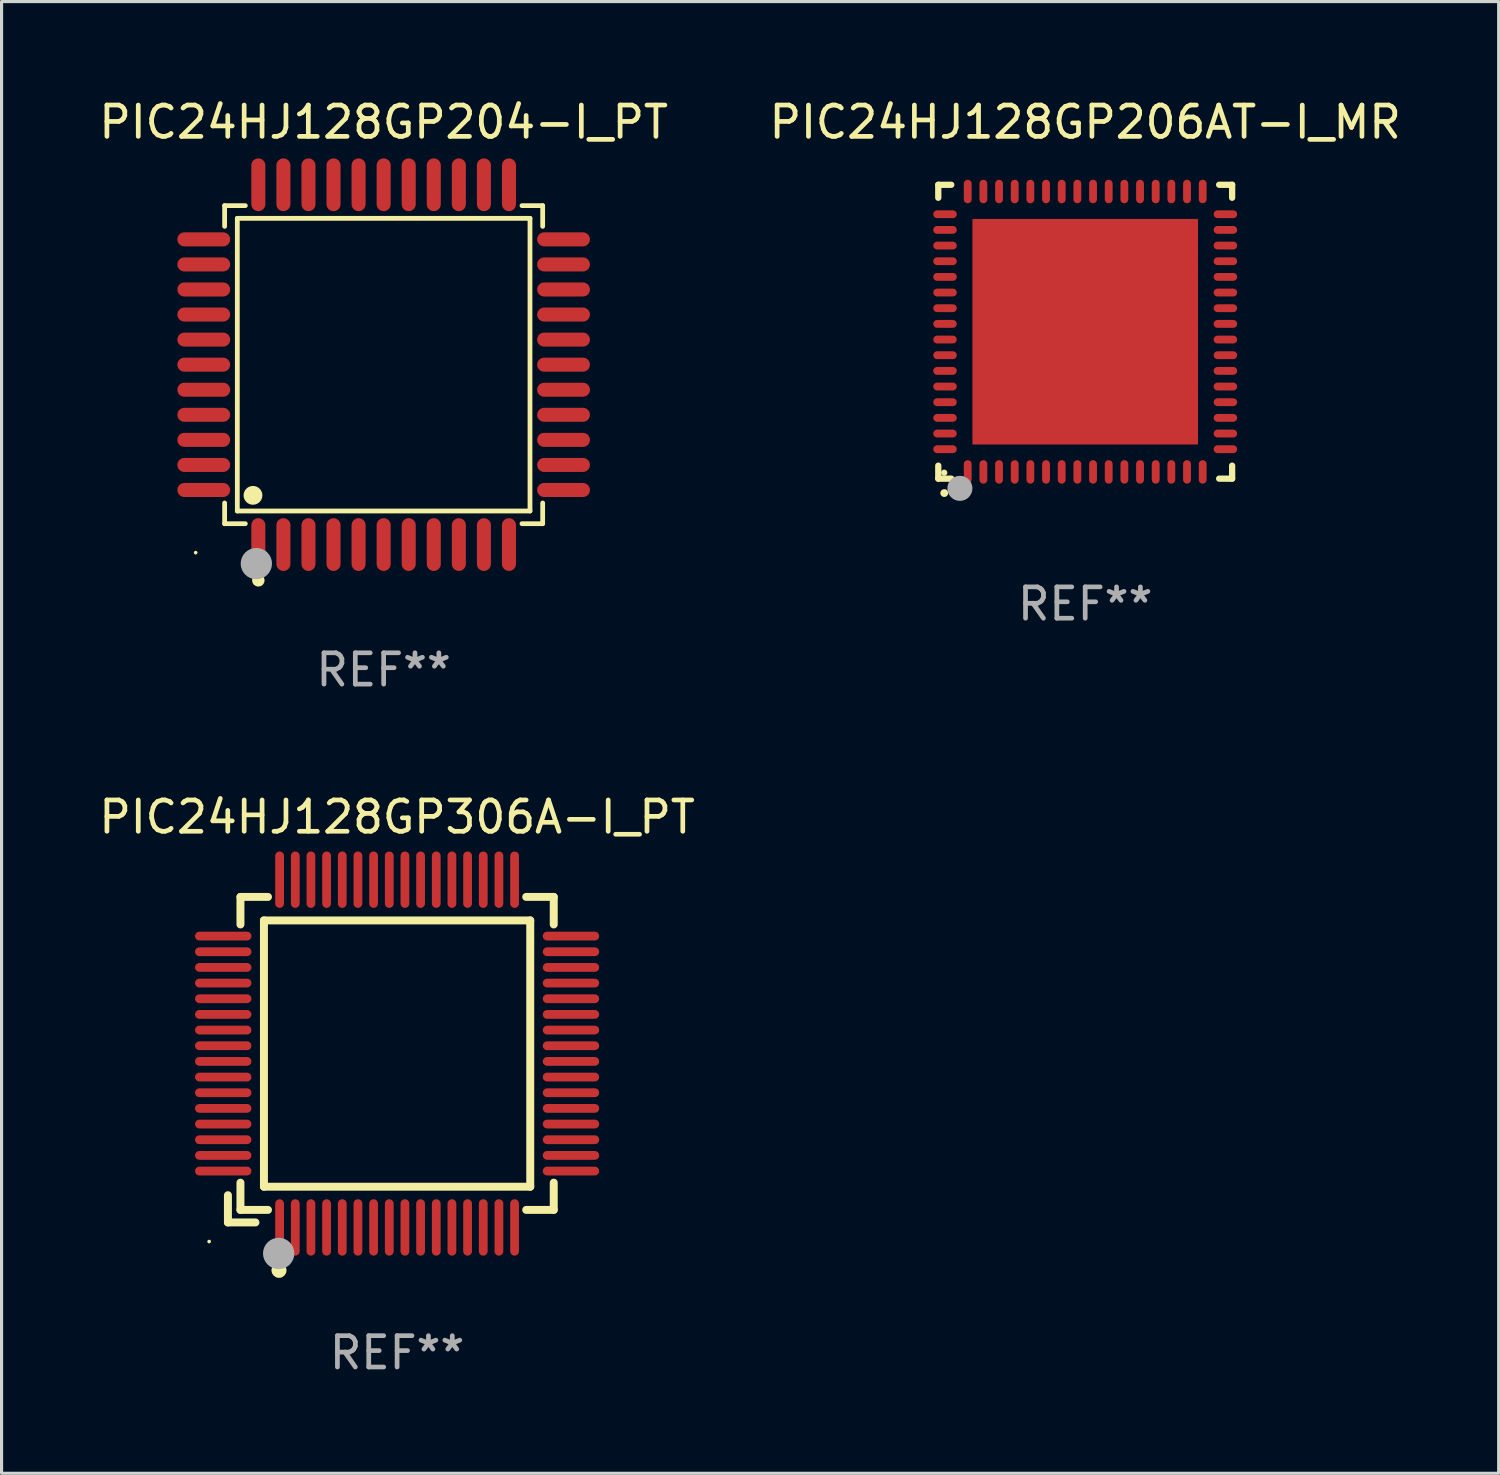
<source format=kicad_pcb>
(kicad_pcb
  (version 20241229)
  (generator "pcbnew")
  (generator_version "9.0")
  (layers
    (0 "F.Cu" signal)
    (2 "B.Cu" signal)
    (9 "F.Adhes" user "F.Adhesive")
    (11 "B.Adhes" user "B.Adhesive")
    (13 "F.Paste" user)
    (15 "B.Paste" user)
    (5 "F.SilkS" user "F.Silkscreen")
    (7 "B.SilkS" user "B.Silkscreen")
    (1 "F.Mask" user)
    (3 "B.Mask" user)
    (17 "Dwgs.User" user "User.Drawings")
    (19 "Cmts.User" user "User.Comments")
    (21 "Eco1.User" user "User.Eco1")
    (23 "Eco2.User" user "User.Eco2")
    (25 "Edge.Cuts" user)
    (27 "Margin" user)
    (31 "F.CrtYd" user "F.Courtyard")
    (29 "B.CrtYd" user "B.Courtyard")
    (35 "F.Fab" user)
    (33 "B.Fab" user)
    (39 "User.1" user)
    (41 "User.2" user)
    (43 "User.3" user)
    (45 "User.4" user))
  (footprint "PIC24HJ128GP204-I_PT"
    (layer "F.Cu")
    (at 9.196 8.59)
    (property "Reference" "PIC24HJ128GP204-I_PT" (at 0 -7.742 0) (layer "F.SilkS") (effects (font (size 1 1) (thickness 0.15))))
    (attr through_hole)
    (fp_line (start -5.076 -5.076) (end -4.415 -5.076) (stroke (width 0.152) (type solid)) (layer "F.SilkS"))
    (fp_line (start -5.076 -4.415) (end -5.076 -5.076) (stroke (width 0.152) (type solid)) (layer "F.SilkS"))
    (fp_line (start -5.076 4.415) (end -5.076 5.076) (stroke (width 0.152) (type solid)) (layer "F.SilkS"))
    (fp_line (start -5.076 5.076) (end -4.415 5.076) (stroke (width 0.152) (type solid)) (layer "F.SilkS"))
    (fp_line (start -4.671 -4.671) (end 4.671 -4.671) (stroke (width 0.152) (type solid)) (layer "F.SilkS"))
    (fp_line (start -4.671 4.671) (end -4.671 -4.671) (stroke (width 0.152) (type solid)) (layer "F.SilkS"))
    (fp_line (start 4.671 -4.671) (end 4.671 4.671) (stroke (width 0.152) (type solid)) (layer "F.SilkS"))
    (fp_line (start 4.671 4.671) (end -4.671 4.671) (stroke (width 0.152) (type solid)) (layer "F.SilkS"))
    (fp_line (start 5.076 -5.076) (end 4.415 -5.076) (stroke (width 0.152) (type solid)) (layer "F.SilkS"))
    (fp_line (start 5.076 -4.415) (end 5.076 -5.076) (stroke (width 0.152) (type solid)) (layer "F.SilkS"))
    (fp_line (start 5.076 4.415) (end 5.076 5.076) (stroke (width 0.152) (type solid)) (layer "F.SilkS"))
    (fp_line (start 5.076 5.076) (end 4.415 5.076) (stroke (width 0.152) (type solid)) (layer "F.SilkS"))
    (fp_circle (center -6 6) (end -5.97 6) (stroke (width 0.06) (type solid)) (fill no) (layer "F.SilkS"))
    (fp_circle (center -4.171 4.171) (end -4.021 4.171) (stroke (width 0.3) (type solid)) (fill no) (layer "F.SilkS"))
    (fp_circle (center -4 6.884) (end -3.9 6.884) (stroke (width 0.2) (type solid)) (fill no) (layer "F.SilkS"))
    (fp_circle (center -4.064 6.35) (end -3.814 6.35) (stroke (width 0.5) (type solid)) (fill no) (layer "F.Fab"))
    (fp_text user "REF**" (at 0 9.742 0) (layer "F.Fab") (effects (font (size 1 1) (thickness 0.15))))
    (pad "1" smd oval (at -4 5.742) (size 0.448 1.684) (layers "F.Cu" "F.Mask" "F.Paste"))
    (pad "2" smd oval (at -3.2 5.742) (size 0.448 1.684) (layers "F.Cu" "F.Mask" "F.Paste"))
    (pad "3" smd oval (at -2.4 5.742) (size 0.448 1.684) (layers "F.Cu" "F.Mask" "F.Paste"))
    (pad "4" smd oval (at -1.6 5.742) (size 0.448 1.684) (layers "F.Cu" "F.Mask" "F.Paste"))
    (pad "5" smd oval (at -0.8 5.742) (size 0.448 1.684) (layers "F.Cu" "F.Mask" "F.Paste"))
    (pad "6" smd oval (at 0 5.742) (size 0.448 1.684) (layers "F.Cu" "F.Mask" "F.Paste"))
    (pad "7" smd oval (at 0.8 5.742) (size 0.448 1.684) (layers "F.Cu" "F.Mask" "F.Paste"))
    (pad "8" smd oval (at 1.6 5.742) (size 0.448 1.684) (layers "F.Cu" "F.Mask" "F.Paste"))
    (pad "9" smd oval (at 2.4 5.742) (size 0.448 1.684) (layers "F.Cu" "F.Mask" "F.Paste"))
    (pad "10" smd oval (at 3.2 5.742) (size 0.448 1.684) (layers "F.Cu" "F.Mask" "F.Paste"))
    (pad "11" smd oval (at 4 5.742) (size 0.448 1.684) (layers "F.Cu" "F.Mask" "F.Paste"))
    (pad "12" smd oval (at 5.742 4) (size 1.684 0.448) (layers "F.Cu" "F.Mask" "F.Paste"))
    (pad "13" smd oval (at 5.742 3.2) (size 1.684 0.448) (layers "F.Cu" "F.Mask" "F.Paste"))
    (pad "14" smd oval (at 5.742 2.4) (size 1.684 0.448) (layers "F.Cu" "F.Mask" "F.Paste"))
    (pad "15" smd oval (at 5.742 1.6) (size 1.684 0.448) (layers "F.Cu" "F.Mask" "F.Paste"))
    (pad "16" smd oval (at 5.742 0.8) (size 1.684 0.448) (layers "F.Cu" "F.Mask" "F.Paste"))
    (pad "17" smd oval (at 5.742 0) (size 1.684 0.448) (layers "F.Cu" "F.Mask" "F.Paste"))
    (pad "18" smd oval (at 5.742 -0.8) (size 1.684 0.448) (layers "F.Cu" "F.Mask" "F.Paste"))
    (pad "19" smd oval (at 5.742 -1.6) (size 1.684 0.448) (layers "F.Cu" "F.Mask" "F.Paste"))
    (pad "20" smd oval (at 5.742 -2.4) (size 1.684 0.448) (layers "F.Cu" "F.Mask" "F.Paste"))
    (pad "21" smd oval (at 5.742 -3.2) (size 1.684 0.448) (layers "F.Cu" "F.Mask" "F.Paste"))
    (pad "22" smd oval (at 5.742 -4) (size 1.684 0.448) (layers "F.Cu" "F.Mask" "F.Paste"))
    (pad "23" smd oval (at 4 -5.742) (size 0.448 1.684) (layers "F.Cu" "F.Mask" "F.Paste"))
    (pad "24" smd oval (at 3.2 -5.742) (size 0.448 1.684) (layers "F.Cu" "F.Mask" "F.Paste"))
    (pad "25" smd oval (at 2.4 -5.742) (size 0.448 1.684) (layers "F.Cu" "F.Mask" "F.Paste"))
    (pad "26" smd oval (at 1.6 -5.742) (size 0.448 1.684) (layers "F.Cu" "F.Mask" "F.Paste"))
    (pad "27" smd oval (at 0.8 -5.742) (size 0.448 1.684) (layers "F.Cu" "F.Mask" "F.Paste"))
    (pad "28" smd oval (at 0 -5.742) (size 0.448 1.684) (layers "F.Cu" "F.Mask" "F.Paste"))
    (pad "29" smd oval (at -0.8 -5.742) (size 0.448 1.684) (layers "F.Cu" "F.Mask" "F.Paste"))
    (pad "30" smd oval (at -1.6 -5.742) (size 0.448 1.684) (layers "F.Cu" "F.Mask" "F.Paste"))
    (pad "31" smd oval (at -2.4 -5.742) (size 0.448 1.684) (layers "F.Cu" "F.Mask" "F.Paste"))
    (pad "32" smd oval (at -3.2 -5.742) (size 0.448 1.684) (layers "F.Cu" "F.Mask" "F.Paste"))
    (pad "33" smd oval (at -4 -5.742) (size 0.448 1.684) (layers "F.Cu" "F.Mask" "F.Paste"))
    (pad "34" smd oval (at -5.742 -4) (size 1.684 0.448) (layers "F.Cu" "F.Mask" "F.Paste"))
    (pad "35" smd oval (at -5.742 -3.2) (size 1.684 0.448) (layers "F.Cu" "F.Mask" "F.Paste"))
    (pad "36" smd oval (at -5.742 -2.4) (size 1.684 0.448) (layers "F.Cu" "F.Mask" "F.Paste"))
    (pad "37" smd oval (at -5.742 -1.6) (size 1.684 0.448) (layers "F.Cu" "F.Mask" "F.Paste"))
    (pad "38" smd oval (at -5.742 -0.8) (size 1.684 0.448) (layers "F.Cu" "F.Mask" "F.Paste"))
    (pad "39" smd oval (at -5.742 0) (size 1.684 0.448) (layers "F.Cu" "F.Mask" "F.Paste"))
    (pad "40" smd oval (at -5.742 0.8) (size 1.684 0.448) (layers "F.Cu" "F.Mask" "F.Paste"))
    (pad "41" smd oval (at -5.742 1.6) (size 1.684 0.448) (layers "F.Cu" "F.Mask" "F.Paste"))
    (pad "42" smd oval (at -5.742 2.4) (size 1.684 0.448) (layers "F.Cu" "F.Mask" "F.Paste"))
    (pad "43" smd oval (at -5.742 3.2) (size 1.684 0.448) (layers "F.Cu" "F.Mask" "F.Paste"))
    (pad "44" smd oval (at -5.742 4) (size 1.684 0.448) (layers "F.Cu" "F.Mask" "F.Paste")))
  (footprint "PIC24HJ128GP206AT-I_MR"
    (layer "F.Cu")
    (at 31.589 7.538)
    (property "Reference" "PIC24HJ128GP206AT-I_MR" (at 0 -6.69 0) (layer "F.SilkS") (effects (font (size 1 1) (thickness 0.15))))
    (attr through_hole)
    (fp_line (start -4.69 -4.69) (end -4.275 -4.69) (stroke (width 0.2) (type solid)) (layer "F.SilkS"))
    (fp_line (start -4.69 -4.275) (end -4.69 -4.69) (stroke (width 0.2) (type solid)) (layer "F.SilkS"))
    (fp_line (start -4.69 4.69) (end -4.69 4.275) (stroke (width 0.2) (type solid)) (layer "F.SilkS"))
    (fp_line (start -4.275 4.69) (end -4.69 4.69) (stroke (width 0.2) (type solid)) (layer "F.SilkS"))
    (fp_line (start 4.275 4.69) (end 4.69 4.69) (stroke (width 0.2) (type solid)) (layer "F.SilkS"))
    (fp_line (start 4.69 -4.69) (end 4.275 -4.69) (stroke (width 0.2) (type solid)) (layer "F.SilkS"))
    (fp_line (start 4.69 -4.275) (end 4.69 -4.69) (stroke (width 0.2) (type solid)) (layer "F.SilkS"))
    (fp_line (start 4.69 4.69) (end 4.69 4.275) (stroke (width 0.2) (type solid)) (layer "F.SilkS"))
    (fp_arc (start -4.499886 5.15) (mid -4.498616 5.149994) (end -4.497346 5.15) (stroke (width 0.24892) (type solid)) (layer "F.SilkS"))
    (fp_circle (center -4.5 4.5) (end -4.45 4.5) (stroke (width 0.1) (type solid)) (fill no) (layer "F.SilkS"))
    (fp_circle (center -4 5) (end -3.8 5) (stroke (width 0.4) (type solid)) (fill no) (layer "F.Fab"))
    (fp_text user "REF**" (at 0 8.69 0) (layer "F.Fab") (effects (font (size 1 1) (thickness 0.15))))
    (pad "1" smd oval (at -3.75 4.475) (size 0.25 0.75) (layers "F.Cu" "F.Mask" "F.Paste"))
    (pad "2" smd oval (at -3.25 4.475) (size 0.25 0.75) (layers "F.Cu" "F.Mask" "F.Paste"))
    (pad "3" smd oval (at -2.75 4.475) (size 0.25 0.75) (layers "F.Cu" "F.Mask" "F.Paste"))
    (pad "4" smd oval (at -2.25 4.475) (size 0.25 0.75) (layers "F.Cu" "F.Mask" "F.Paste"))
    (pad "5" smd oval (at -1.75 4.475) (size 0.25 0.75) (layers "F.Cu" "F.Mask" "F.Paste"))
    (pad "6" smd oval (at -1.25 4.475) (size 0.25 0.75) (layers "F.Cu" "F.Mask" "F.Paste"))
    (pad "7" smd oval (at -0.75 4.475) (size 0.25 0.75) (layers "F.Cu" "F.Mask" "F.Paste"))
    (pad "8" smd oval (at -0.25 4.475) (size 0.25 0.75) (layers "F.Cu" "F.Mask" "F.Paste"))
    (pad "9" smd oval (at 0.25 4.475) (size 0.25 0.75) (layers "F.Cu" "F.Mask" "F.Paste"))
    (pad "10" smd oval (at 0.75 4.475) (size 0.25 0.75) (layers "F.Cu" "F.Mask" "F.Paste"))
    (pad "11" smd oval (at 1.25 4.475) (size 0.25 0.75) (layers "F.Cu" "F.Mask" "F.Paste"))
    (pad "12" smd oval (at 1.75 4.475) (size 0.25 0.75) (layers "F.Cu" "F.Mask" "F.Paste"))
    (pad "13" smd oval (at 2.25 4.475) (size 0.25 0.75) (layers "F.Cu" "F.Mask" "F.Paste"))
    (pad "14" smd oval (at 2.75 4.475) (size 0.25 0.75) (layers "F.Cu" "F.Mask" "F.Paste"))
    (pad "15" smd oval (at 3.25 4.475) (size 0.25 0.75) (layers "F.Cu" "F.Mask" "F.Paste"))
    (pad "16" smd oval (at 3.75 4.475) (size 0.25 0.75) (layers "F.Cu" "F.Mask" "F.Paste"))
    (pad "17" smd oval (at 4.475 3.75) (size 0.75 0.25) (layers "F.Cu" "F.Mask" "F.Paste"))
    (pad "18" smd oval (at 4.475 3.25) (size 0.75 0.25) (layers "F.Cu" "F.Mask" "F.Paste"))
    (pad "19" smd oval (at 4.475 2.75) (size 0.75 0.25) (layers "F.Cu" "F.Mask" "F.Paste"))
    (pad "20" smd oval (at 4.475 2.25) (size 0.75 0.25) (layers "F.Cu" "F.Mask" "F.Paste"))
    (pad "21" smd oval (at 4.475 1.75) (size 0.75 0.25) (layers "F.Cu" "F.Mask" "F.Paste"))
    (pad "22" smd oval (at 4.475 1.25) (size 0.75 0.25) (layers "F.Cu" "F.Mask" "F.Paste"))
    (pad "23" smd oval (at 4.475 0.75) (size 0.75 0.25) (layers "F.Cu" "F.Mask" "F.Paste"))
    (pad "24" smd oval (at 4.475 0.25) (size 0.75 0.25) (layers "F.Cu" "F.Mask" "F.Paste"))
    (pad "25" smd oval (at 4.475 -0.25) (size 0.75 0.25) (layers "F.Cu" "F.Mask" "F.Paste"))
    (pad "26" smd oval (at 4.475 -0.75) (size 0.75 0.25) (layers "F.Cu" "F.Mask" "F.Paste"))
    (pad "27" smd oval (at 4.475 -1.25) (size 0.75 0.25) (layers "F.Cu" "F.Mask" "F.Paste"))
    (pad "28" smd oval (at 4.475 -1.75) (size 0.75 0.25) (layers "F.Cu" "F.Mask" "F.Paste"))
    (pad "29" smd oval (at 4.475 -2.25) (size 0.75 0.25) (layers "F.Cu" "F.Mask" "F.Paste"))
    (pad "30" smd oval (at 4.475 -2.75) (size 0.75 0.25) (layers "F.Cu" "F.Mask" "F.Paste"))
    (pad "31" smd oval (at 4.475 -3.25) (size 0.75 0.25) (layers "F.Cu" "F.Mask" "F.Paste"))
    (pad "32" smd oval (at 4.475 -3.75) (size 0.75 0.25) (layers "F.Cu" "F.Mask" "F.Paste"))
    (pad "33" smd oval (at 3.75 -4.475) (size 0.25 0.75) (layers "F.Cu" "F.Mask" "F.Paste"))
    (pad "34" smd oval (at 3.25 -4.475) (size 0.25 0.75) (layers "F.Cu" "F.Mask" "F.Paste"))
    (pad "35" smd oval (at 2.75 -4.475) (size 0.25 0.75) (layers "F.Cu" "F.Mask" "F.Paste"))
    (pad "36" smd oval (at 2.25 -4.475) (size 0.25 0.75) (layers "F.Cu" "F.Mask" "F.Paste"))
    (pad "37" smd oval (at 1.75 -4.475) (size 0.25 0.75) (layers "F.Cu" "F.Mask" "F.Paste"))
    (pad "38" smd oval (at 1.25 -4.475) (size 0.25 0.75) (layers "F.Cu" "F.Mask" "F.Paste"))
    (pad "39" smd oval (at 0.75 -4.475) (size 0.25 0.75) (layers "F.Cu" "F.Mask" "F.Paste"))
    (pad "40" smd oval (at 0.25 -4.475) (size 0.25 0.75) (layers "F.Cu" "F.Mask" "F.Paste"))
    (pad "41" smd oval (at -0.25 -4.475) (size 0.25 0.75) (layers "F.Cu" "F.Mask" "F.Paste"))
    (pad "42" smd oval (at -0.75 -4.475) (size 0.25 0.75) (layers "F.Cu" "F.Mask" "F.Paste"))
    (pad "43" smd oval (at -1.25 -4.475) (size 0.25 0.75) (layers "F.Cu" "F.Mask" "F.Paste"))
    (pad "44" smd oval (at -1.75 -4.475) (size 0.25 0.75) (layers "F.Cu" "F.Mask" "F.Paste"))
    (pad "45" smd oval (at -2.25 -4.475) (size 0.25 0.75) (layers "F.Cu" "F.Mask" "F.Paste"))
    (pad "46" smd oval (at -2.75 -4.475) (size 0.25 0.75) (layers "F.Cu" "F.Mask" "F.Paste"))
    (pad "47" smd oval (at -3.25 -4.475) (size 0.25 0.75) (layers "F.Cu" "F.Mask" "F.Paste"))
    (pad "48" smd oval (at -3.75 -4.475) (size 0.25 0.75) (layers "F.Cu" "F.Mask" "F.Paste"))
    (pad "49" smd oval (at -4.475 -3.75) (size 0.75 0.25) (layers "F.Cu" "F.Mask" "F.Paste"))
    (pad "50" smd oval (at -4.475 -3.25) (size 0.75 0.25) (layers "F.Cu" "F.Mask" "F.Paste"))
    (pad "51" smd oval (at -4.475 -2.75) (size 0.75 0.25) (layers "F.Cu" "F.Mask" "F.Paste"))
    (pad "52" smd oval (at -4.475 -2.25) (size 0.75 0.25) (layers "F.Cu" "F.Mask" "F.Paste"))
    (pad "53" smd oval (at -4.475 -1.75) (size 0.75 0.25) (layers "F.Cu" "F.Mask" "F.Paste"))
    (pad "54" smd oval (at -4.475 -1.25) (size 0.75 0.25) (layers "F.Cu" "F.Mask" "F.Paste"))
    (pad "55" smd oval (at -4.475 -0.75) (size 0.75 0.25) (layers "F.Cu" "F.Mask" "F.Paste"))
    (pad "56" smd oval (at -4.475 -0.25) (size 0.75 0.25) (layers "F.Cu" "F.Mask" "F.Paste"))
    (pad "57" smd oval (at -4.475 0.25) (size 0.75 0.25) (layers "F.Cu" "F.Mask" "F.Paste"))
    (pad "58" smd oval (at -4.475 0.75) (size 0.75 0.25) (layers "F.Cu" "F.Mask" "F.Paste"))
    (pad "59" smd oval (at -4.475 1.25) (size 0.75 0.25) (layers "F.Cu" "F.Mask" "F.Paste"))
    (pad "60" smd oval (at -4.475 1.75) (size 0.75 0.25) (layers "F.Cu" "F.Mask" "F.Paste"))
    (pad "61" smd oval (at -4.475 2.25) (size 0.75 0.25) (layers "F.Cu" "F.Mask" "F.Paste"))
    (pad "62" smd oval (at -4.475 2.75) (size 0.75 0.25) (layers "F.Cu" "F.Mask" "F.Paste"))
    (pad "63" smd oval (at -4.475 3.25) (size 0.75 0.25) (layers "F.Cu" "F.Mask" "F.Paste"))
    (pad "64" smd oval (at -4.475 3.75) (size 0.75 0.25) (layers "F.Cu" "F.Mask" "F.Paste"))
    (pad "65" smd rect (at 0.000368 0.000013) (size 7.2 7.2) (layers "F.Cu" "F.Mask" "F.Paste")))
  (footprint "PIC24HJ128GP306A-I_PT"
    (layer "F.Cu")
    (at 9.625 30.579)
    (property "Reference" "PIC24HJ128GP306A-I_PT" (at 0 -7.55 0) (layer "F.SilkS") (effects (font (size 1 1) (thickness 0.15))))
    (attr through_hole)
    (fp_line (start -5.4 4.521) (end -5.4 5.39) (stroke (width 0.254) (type solid)) (layer "F.SilkS"))
    (fp_line (start -5.4 5.39) (end -4.521 5.39) (stroke (width 0.254) (type solid)) (layer "F.SilkS"))
    (fp_line (start -5 -5) (end -5 -4.121) (stroke (width 0.254) (type solid)) (layer "F.SilkS"))
    (fp_line (start -5 4.121) (end -5 4.99) (stroke (width 0.254) (type solid)) (layer "F.SilkS"))
    (fp_line (start -5 4.99) (end -4.121 4.99) (stroke (width 0.254) (type solid)) (layer "F.SilkS"))
    (fp_line (start -4.25 -4.25) (end -4.25 4.25) (stroke (width 0.254) (type solid)) (layer "F.SilkS"))
    (fp_line (start -4.25 4.25) (end 4.25 4.25) (stroke (width 0.254) (type solid)) (layer "F.SilkS"))
    (fp_line (start -4.121 -5) (end -5 -5) (stroke (width 0.254) (type solid)) (layer "F.SilkS"))
    (fp_line (start 4.121 4.99) (end 5 4.99) (stroke (width 0.254) (type solid)) (layer "F.SilkS"))
    (fp_line (start 4.25 -4.25) (end -4.25 -4.25) (stroke (width 0.254) (type solid)) (layer "F.SilkS"))
    (fp_line (start 4.25 4.25) (end 4.25 -4.25) (stroke (width 0.254) (type solid)) (layer "F.SilkS"))
    (fp_line (start 5 -5) (end 4.121 -5) (stroke (width 0.254) (type solid)) (layer "F.SilkS"))
    (fp_line (start 5 -4.121) (end 5 -5) (stroke (width 0.254) (type solid)) (layer "F.SilkS"))
    (fp_line (start 5 4.99) (end 5 4.121) (stroke (width 0.254) (type solid)) (layer "F.SilkS"))
    (fp_circle (center -6 6) (end -5.97 6) (stroke (width 0.06) (type solid)) (fill no) (layer "F.SilkS"))
    (fp_circle (center -3.77 6.92) (end -3.65 6.92) (stroke (width 0.24) (type solid)) (fill no) (layer "F.SilkS"))
    (fp_circle (center -3.78 6.38) (end -3.53 6.38) (stroke (width 0.5) (type solid)) (fill no) (layer "F.Fab"))
    (fp_text user "REF**" (at 0 9.55 0) (layer "F.Fab") (effects (font (size 1 1) (thickness 0.15))))
    (pad "1" smd oval (at -3.75 5.55) (size 0.28 1.8) (layers "F.Cu" "F.Mask" "F.Paste"))
    (pad "2" smd oval (at -3.25 5.55) (size 0.28 1.8) (layers "F.Cu" "F.Mask" "F.Paste"))
    (pad "3" smd oval (at -2.75 5.55) (size 0.28 1.8) (layers "F.Cu" "F.Mask" "F.Paste"))
    (pad "4" smd oval (at -2.25 5.55) (size 0.28 1.8) (layers "F.Cu" "F.Mask" "F.Paste"))
    (pad "5" smd oval (at -1.75 5.55) (size 0.28 1.8) (layers "F.Cu" "F.Mask" "F.Paste"))
    (pad "6" smd oval (at -1.25 5.55) (size 0.28 1.8) (layers "F.Cu" "F.Mask" "F.Paste"))
    (pad "7" smd oval (at -0.75 5.55) (size 0.28 1.8) (layers "F.Cu" "F.Mask" "F.Paste"))
    (pad "8" smd oval (at -0.25 5.55) (size 0.28 1.8) (layers "F.Cu" "F.Mask" "F.Paste"))
    (pad "9" smd oval (at 0.25 5.55) (size 0.28 1.8) (layers "F.Cu" "F.Mask" "F.Paste"))
    (pad "10" smd oval (at 0.75 5.55) (size 0.28 1.8) (layers "F.Cu" "F.Mask" "F.Paste"))
    (pad "11" smd oval (at 1.25 5.55) (size 0.28 1.8) (layers "F.Cu" "F.Mask" "F.Paste"))
    (pad "12" smd oval (at 1.75 5.55) (size 0.28 1.8) (layers "F.Cu" "F.Mask" "F.Paste"))
    (pad "13" smd oval (at 2.25 5.55) (size 0.28 1.8) (layers "F.Cu" "F.Mask" "F.Paste"))
    (pad "14" smd oval (at 2.75 5.55) (size 0.28 1.8) (layers "F.Cu" "F.Mask" "F.Paste"))
    (pad "15" smd oval (at 3.25 5.55) (size 0.28 1.8) (layers "F.Cu" "F.Mask" "F.Paste"))
    (pad "16" smd oval (at 3.75 5.55) (size 0.28 1.8) (layers "F.Cu" "F.Mask" "F.Paste"))
    (pad "17" smd oval (at 5.55 3.75) (size 1.8 0.28) (layers "F.Cu" "F.Mask" "F.Paste"))
    (pad "18" smd oval (at 5.55 3.25) (size 1.8 0.28) (layers "F.Cu" "F.Mask" "F.Paste"))
    (pad "19" smd oval (at 5.55 2.75) (size 1.8 0.28) (layers "F.Cu" "F.Mask" "F.Paste"))
    (pad "20" smd oval (at 5.55 2.25) (size 1.8 0.28) (layers "F.Cu" "F.Mask" "F.Paste"))
    (pad "21" smd oval (at 5.55 1.75) (size 1.8 0.28) (layers "F.Cu" "F.Mask" "F.Paste"))
    (pad "22" smd oval (at 5.55 1.25) (size 1.8 0.28) (layers "F.Cu" "F.Mask" "F.Paste"))
    (pad "23" smd oval (at 5.55 0.75) (size 1.8 0.28) (layers "F.Cu" "F.Mask" "F.Paste"))
    (pad "24" smd oval (at 5.55 0.25) (size 1.8 0.28) (layers "F.Cu" "F.Mask" "F.Paste"))
    (pad "25" smd oval (at 5.55 -0.25) (size 1.8 0.28) (layers "F.Cu" "F.Mask" "F.Paste"))
    (pad "26" smd oval (at 5.55 -0.75) (size 1.8 0.28) (layers "F.Cu" "F.Mask" "F.Paste"))
    (pad "27" smd oval (at 5.55 -1.25) (size 1.8 0.28) (layers "F.Cu" "F.Mask" "F.Paste"))
    (pad "28" smd oval (at 5.55 -1.75) (size 1.8 0.28) (layers "F.Cu" "F.Mask" "F.Paste"))
    (pad "29" smd oval (at 5.55 -2.25) (size 1.8 0.28) (layers "F.Cu" "F.Mask" "F.Paste"))
    (pad "30" smd oval (at 5.55 -2.75) (size 1.8 0.28) (layers "F.Cu" "F.Mask" "F.Paste"))
    (pad "31" smd oval (at 5.55 -3.25) (size 1.8 0.28) (layers "F.Cu" "F.Mask" "F.Paste"))
    (pad "32" smd oval (at 5.55 -3.75) (size 1.8 0.28) (layers "F.Cu" "F.Mask" "F.Paste"))
    (pad "33" smd oval (at 3.75 -5.55) (size 0.28 1.8) (layers "F.Cu" "F.Mask" "F.Paste"))
    (pad "34" smd oval (at 3.25 -5.55) (size 0.28 1.8) (layers "F.Cu" "F.Mask" "F.Paste"))
    (pad "35" smd oval (at 2.75 -5.55) (size 0.28 1.8) (layers "F.Cu" "F.Mask" "F.Paste"))
    (pad "36" smd oval (at 2.25 -5.55) (size 0.28 1.8) (layers "F.Cu" "F.Mask" "F.Paste"))
    (pad "37" smd oval (at 1.75 -5.55) (size 0.28 1.8) (layers "F.Cu" "F.Mask" "F.Paste"))
    (pad "38" smd oval (at 1.25 -5.55) (size 0.28 1.8) (layers "F.Cu" "F.Mask" "F.Paste"))
    (pad "39" smd oval (at 0.75 -5.55) (size 0.28 1.8) (layers "F.Cu" "F.Mask" "F.Paste"))
    (pad "40" smd oval (at 0.25 -5.55) (size 0.28 1.8) (layers "F.Cu" "F.Mask" "F.Paste"))
    (pad "41" smd oval (at -0.25 -5.55) (size 0.28 1.8) (layers "F.Cu" "F.Mask" "F.Paste"))
    (pad "42" smd oval (at -0.75 -5.55) (size 0.28 1.8) (layers "F.Cu" "F.Mask" "F.Paste"))
    (pad "43" smd oval (at -1.25 -5.55) (size 0.28 1.8) (layers "F.Cu" "F.Mask" "F.Paste"))
    (pad "44" smd oval (at -1.75 -5.55) (size 0.28 1.8) (layers "F.Cu" "F.Mask" "F.Paste"))
    (pad "45" smd oval (at -2.25 -5.55) (size 0.28 1.8) (layers "F.Cu" "F.Mask" "F.Paste"))
    (pad "46" smd oval (at -2.75 -5.55) (size 0.28 1.8) (layers "F.Cu" "F.Mask" "F.Paste"))
    (pad "47" smd oval (at -3.25 -5.55) (size 0.28 1.8) (layers "F.Cu" "F.Mask" "F.Paste"))
    (pad "48" smd oval (at -3.75 -5.55) (size 0.28 1.8) (layers "F.Cu" "F.Mask" "F.Paste"))
    (pad "49" smd oval (at -5.55 -3.75) (size 1.8 0.28) (layers "F.Cu" "F.Mask" "F.Paste"))
    (pad "50" smd oval (at -5.55 -3.25) (size 1.8 0.28) (layers "F.Cu" "F.Mask" "F.Paste"))
    (pad "51" smd oval (at -5.55 -2.75) (size 1.8 0.28) (layers "F.Cu" "F.Mask" "F.Paste"))
    (pad "52" smd oval (at -5.55 -2.25) (size 1.8 0.28) (layers "F.Cu" "F.Mask" "F.Paste"))
    (pad "53" smd oval (at -5.55 -1.75) (size 1.8 0.28) (layers "F.Cu" "F.Mask" "F.Paste"))
    (pad "54" smd oval (at -5.55 -1.25) (size 1.8 0.28) (layers "F.Cu" "F.Mask" "F.Paste"))
    (pad "55" smd oval (at -5.55 -0.75) (size 1.8 0.28) (layers "F.Cu" "F.Mask" "F.Paste"))
    (pad "56" smd oval (at -5.55 -0.25) (size 1.8 0.28) (layers "F.Cu" "F.Mask" "F.Paste"))
    (pad "57" smd oval (at -5.55 0.25) (size 1.8 0.28) (layers "F.Cu" "F.Mask" "F.Paste"))
    (pad "58" smd oval (at -5.55 0.75) (size 1.8 0.28) (layers "F.Cu" "F.Mask" "F.Paste"))
    (pad "59" smd oval (at -5.55 1.25) (size 1.8 0.28) (layers "F.Cu" "F.Mask" "F.Paste"))
    (pad "60" smd oval (at -5.55 1.75) (size 1.8 0.28) (layers "F.Cu" "F.Mask" "F.Paste"))
    (pad "61" smd oval (at -5.55 2.25) (size 1.8 0.28) (layers "F.Cu" "F.Mask" "F.Paste"))
    (pad "62" smd oval (at -5.55 2.75) (size 1.8 0.28) (layers "F.Cu" "F.Mask" "F.Paste"))
    (pad "63" smd oval (at -5.55 3.25) (size 1.8 0.28) (layers "F.Cu" "F.Mask" "F.Paste"))
    (pad "64" smd oval (at -5.55 3.75) (size 1.8 0.28) (layers "F.Cu" "F.Mask" "F.Paste")))
  (gr_rect
    (start -3 -3)
    (end 44.786 43.977)
    (stroke (width 0.1) (type default))
    (fill no)
    (layer "Edge.Cuts")))
</source>
